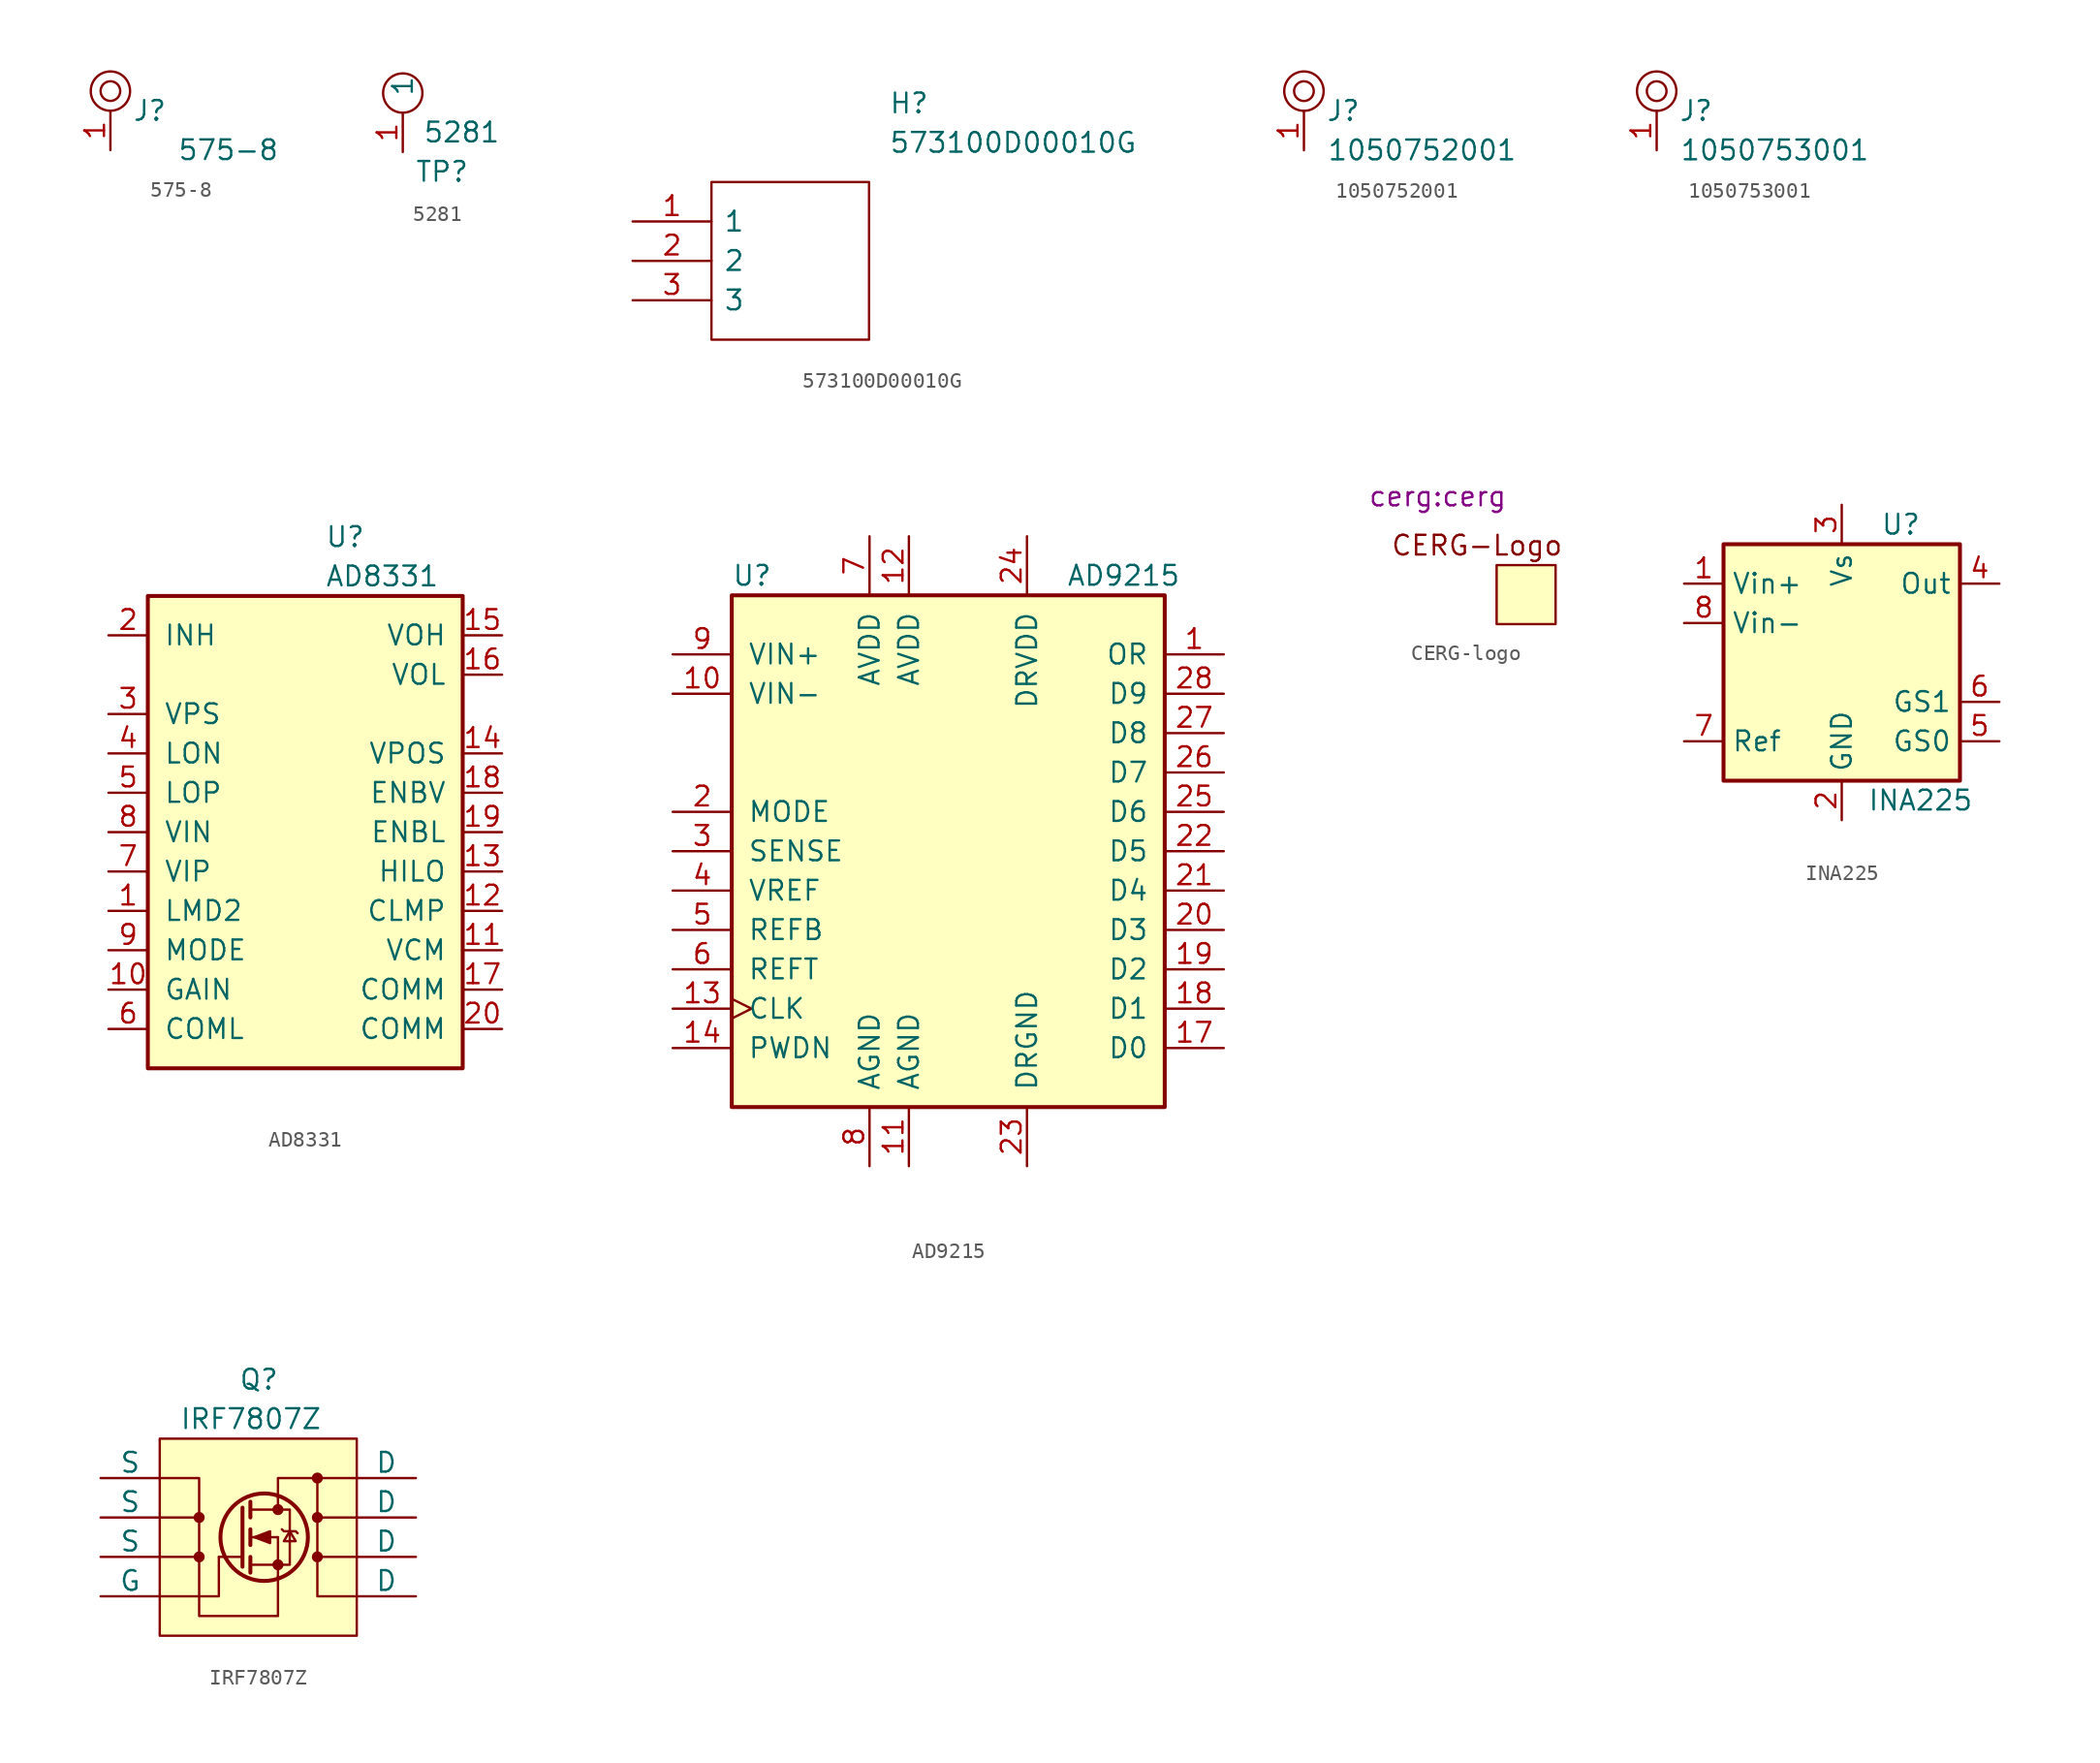
<source format=kicad_sym>
(kicad_symbol_lib
  (version 20211014)
  (generator kicad_symbol_editor)
  (symbol "575-8"
    (pin_names
      (offset 1.016))
    (property "Reference" "J"
      (at 2.54 -1.27 0)
      (effects (font (size 1.27 1.27))))
    (property "Value" "575-8"
      (at 7.62 -3.81 0)
      (effects (font (size 1.27 1.27))))
    (symbol "575-8_1_1"
      (circle (center 0 0) (radius 0.635) (stroke (width 0) (type default) (color 0 0 0 0)) (fill (type none)))
      (circle (center 0 0) (radius 1.27) (stroke (width 0) (type default) (color 0 0 0 0)) (fill (type none)))
      (pin passive line (at 0 -3.81 90) (length 2.54) (name "~" (effects (font (size 1.27 1.27)))) (number "1" (effects (font (size 1.27 1.27)))))))
  (symbol "5281"
    (pin_names
      (offset 1.016))
    (property "Reference" "TP"
      (at 2.54 -3.81 0)
      (effects (font (size 1.27 1.27))))
    (property "Value" "5281"
      (at 3.81 -1.27 0)
      (effects (font (size 1.27 1.27))))
    (symbol "5281_0_1"
      (circle (center 0 1.27) (radius 1.27) (stroke (width 0) (type default) (color 0 0 0 0)) (fill (type none))))
    (symbol "5281_1_1"
      (pin passive line (at 0 -2.54 90) (length 2.54) (name "1" (effects (font (size 1.27 1.27)))) (number "1" (effects (font (size 1.27 1.27)))))))
  (symbol "573100D00010G"
    (pin_names
      (offset 0.762))
    (property "Reference" "H"
      (at 16.51 7.62 0)
      (effects (font (size 1.27 1.27)) (justify left)))
    (property "Value" "573100D00010G"
      (at 16.51 5.08 0)
      (effects (font (size 1.27 1.27)) (justify left)))
    (symbol "573100D00010G_0_0"
      (pin unspecified line (at 0 0 0) (length 5.08) (name "1" (effects (font (size 1.27 1.27)))) (number "1" (effects (font (size 1.27 1.27)))))
      (pin unspecified line (at 0 -2.54 0) (length 5.08) (name "2" (effects (font (size 1.27 1.27)))) (number "2" (effects (font (size 1.27 1.27)))))
      (pin unspecified line (at 0 -5.08 0) (length 5.08) (name "3" (effects (font (size 1.27 1.27)))) (number "3" (effects (font (size 1.27 1.27))))))
    (symbol "573100D00010G_0_1"
      (polyline (pts (xy 5.08 2.54) (xy 15.24 2.54) (xy 15.24 -7.62) (xy 5.08 -7.62) (xy 5.08 2.54)) (stroke (width 0.152) (type default) (color 0 0 0 0)) (fill (type none)))))
  (symbol "1050752001"
    (pin_names
      (offset 1.016))
    (property "Reference" "J"
      (at 2.54 -1.27 0)
      (effects (font (size 1.27 1.27))))
    (property "Value" "1050752001"
      (at 7.62 -3.81 0)
      (effects (font (size 1.27 1.27))))
    (symbol "1050752001_1_1"
      (circle (center 0 0) (radius 0.635) (stroke (width 0) (type default) (color 0 0 0 0)) (fill (type none)))
      (circle (center 0 0) (radius 1.27) (stroke (width 0) (type default) (color 0 0 0 0)) (fill (type none)))
      (pin passive line (at 0 -3.81 90) (length 2.54) (name "~" (effects (font (size 1.27 1.27)))) (number "1" (effects (font (size 1.27 1.27)))))))
  (symbol "1050753001"
    (pin_names
      (offset 1.016))
    (property "Reference" "J"
      (at 2.54 -1.27 0)
      (effects (font (size 1.27 1.27))))
    (property "Value" "1050753001"
      (at 7.62 -3.81 0)
      (effects (font (size 1.27 1.27))))
    (symbol "1050753001_1_1"
      (circle (center 0 0) (radius 0.635) (stroke (width 0) (type default) (color 0 0 0 0)) (fill (type none)))
      (circle (center 0 0) (radius 1.27) (stroke (width 0) (type default) (color 0 0 0 0)) (fill (type none)))
      (pin passive line (at 0 -3.81 90) (length 2.54) (name "~" (effects (font (size 1.27 1.27)))) (number "1" (effects (font (size 1.27 1.27)))))))
  (symbol "AD8331"
    (pin_names
      (offset 1.016))
    (property "Reference" "U"
      (at 1.27 19.05 0)
      (effects (font (size 1.27 1.27)) (justify left)))
    (property "Value" "AD8331"
      (at 1.27 16.51 0)
      (effects (font (size 1.27 1.27)) (justify left)))
    (symbol "AD8331_1_1"
      (rectangle (start -10.16 15.24) (end 10.16 -15.24) (stroke (width 0.254) (type default) (color 0 0 0 0)) (fill (type background)))
      (pin input line (at -12.7 -5.08 0) (length 2.54) (name "LMD2" (effects (font (size 1.27 1.27)))) (number "1" (effects (font (size 1.27 1.27)))))
      (pin input line (at -12.7 -10.16 0) (length 2.54) (name "GAIN" (effects (font (size 1.27 1.27)))) (number "10" (effects (font (size 1.27 1.27)))))
      (pin output line (at 12.7 -7.62 180) (length 2.54) (name "VCM" (effects (font (size 1.27 1.27)))) (number "11" (effects (font (size 1.27 1.27)))))
      (pin input line (at 12.7 -5.08 180) (length 2.54) (name "CLMP" (effects (font (size 1.27 1.27)))) (number "12" (effects (font (size 1.27 1.27)))))
      (pin input line (at 12.7 -2.54 180) (length 2.54) (name "HILO" (effects (font (size 1.27 1.27)))) (number "13" (effects (font (size 1.27 1.27)))))
      (pin power_in line (at 12.7 5.08 180) (length 2.54) (name "VPOS" (effects (font (size 1.27 1.27)))) (number "14" (effects (font (size 1.27 1.27)))))
      (pin output line (at 12.7 12.7 180) (length 2.54) (name "VOH" (effects (font (size 1.27 1.27)))) (number "15" (effects (font (size 1.27 1.27)))))
      (pin output line (at 12.7 10.16 180) (length 2.54) (name "VOL" (effects (font (size 1.27 1.27)))) (number "16" (effects (font (size 1.27 1.27)))))
      (pin power_in line (at 12.7 -10.16 180) (length 2.54) (name "COMM" (effects (font (size 1.27 1.27)))) (number "17" (effects (font (size 1.27 1.27)))))
      (pin input line (at 12.7 2.54 180) (length 2.54) (name "ENBV" (effects (font (size 1.27 1.27)))) (number "18" (effects (font (size 1.27 1.27)))))
      (pin input line (at 12.7 0 180) (length 2.54) (name "ENBL" (effects (font (size 1.27 1.27)))) (number "19" (effects (font (size 1.27 1.27)))))
      (pin input line (at -12.7 12.7 0) (length 2.54) (name "INH" (effects (font (size 1.27 1.27)))) (number "2" (effects (font (size 1.27 1.27)))))
      (pin power_in line (at 12.7 -12.7 180) (length 2.54) (name "COMM" (effects (font (size 1.27 1.27)))) (number "20" (effects (font (size 1.27 1.27)))))
      (pin power_in line (at -12.7 7.62 0) (length 2.54) (name "VPS" (effects (font (size 1.27 1.27)))) (number "3" (effects (font (size 1.27 1.27)))))
      (pin input line (at -12.7 5.08 0) (length 2.54) (name "LON" (effects (font (size 1.27 1.27)))) (number "4" (effects (font (size 1.27 1.27)))))
      (pin input line (at -12.7 2.54 0) (length 2.54) (name "LOP" (effects (font (size 1.27 1.27)))) (number "5" (effects (font (size 1.27 1.27)))))
      (pin power_in line (at -12.7 -12.7 0) (length 2.54) (name "COML" (effects (font (size 1.27 1.27)))) (number "6" (effects (font (size 1.27 1.27)))))
      (pin input line (at -12.7 -2.54 0) (length 2.54) (name "VIP" (effects (font (size 1.27 1.27)))) (number "7" (effects (font (size 1.27 1.27)))))
      (pin input line (at -12.7 0 0) (length 2.54) (name "VIN" (effects (font (size 1.27 1.27)))) (number "8" (effects (font (size 1.27 1.27)))))
      (pin input line (at -12.7 -7.62 0) (length 2.54) (name "MODE" (effects (font (size 1.27 1.27)))) (number "9" (effects (font (size 1.27 1.27)))))))
  (symbol "AD9215"
    (pin_names
      (offset 1.016))
    (property "Reference" "U"
      (at -13.97 17.78 0)
      (effects (font (size 1.27 1.27)) (justify left)))
    (property "Value" "AD9215"
      (at 7.62 17.78 0)
      (effects (font (size 1.27 1.27)) (justify left)))
    (symbol "AD9215_0_1"
      (rectangle (start -13.97 16.51) (end 13.97 -16.51) (stroke (width 0.254) (type default) (color 0 0 0 0)) (fill (type background))))
    (symbol "AD9215_1_1"
      (pin output line (at 17.78 12.7 180) (length 3.81) (name "OR" (effects (font (size 1.27 1.27)))) (number "1" (effects (font (size 1.27 1.27)))))
      (pin input line (at -17.78 10.16 0) (length 3.81) (name "VIN-" (effects (font (size 1.27 1.27)))) (number "10" (effects (font (size 1.27 1.27)))))
      (pin output line (at -2.54 -20.32 90) (length 3.81) (name "AGND" (effects (font (size 1.27 1.27)))) (number "11" (effects (font (size 1.27 1.27)))))
      (pin power_in line (at -2.54 20.32 270) (length 3.81) (name "AVDD" (effects (font (size 1.27 1.27)))) (number "12" (effects (font (size 1.27 1.27)))))
      (pin input clock (at -17.78 -10.16 0) (length 3.81) (name "CLK" (effects (font (size 1.27 1.27)))) (number "13" (effects (font (size 1.27 1.27)))))
      (pin input line (at -17.78 -12.7 0) (length 3.81) (name "PWDN" (effects (font (size 1.27 1.27)))) (number "14" (effects (font (size 1.27 1.27)))))
      (pin output line (at 17.78 -12.7 180) (length 3.81) (name "D0" (effects (font (size 1.27 1.27)))) (number "17" (effects (font (size 1.27 1.27)))))
      (pin output line (at 17.78 -10.16 180) (length 3.81) (name "D1" (effects (font (size 1.27 1.27)))) (number "18" (effects (font (size 1.27 1.27)))))
      (pin output line (at 17.78 -7.62 180) (length 3.81) (name "D2" (effects (font (size 1.27 1.27)))) (number "19" (effects (font (size 1.27 1.27)))))
      (pin input line (at -17.78 2.54 0) (length 3.81) (name "MODE" (effects (font (size 1.27 1.27)))) (number "2" (effects (font (size 1.27 1.27)))))
      (pin output line (at 17.78 -5.08 180) (length 3.81) (name "D3" (effects (font (size 1.27 1.27)))) (number "20" (effects (font (size 1.27 1.27)))))
      (pin output line (at 17.78 -2.54 180) (length 3.81) (name "D4" (effects (font (size 1.27 1.27)))) (number "21" (effects (font (size 1.27 1.27)))))
      (pin output line (at 17.78 0 180) (length 3.81) (name "D5" (effects (font (size 1.27 1.27)))) (number "22" (effects (font (size 1.27 1.27)))))
      (pin power_in line (at 5.08 -20.32 90) (length 3.81) (name "DRGND" (effects (font (size 1.27 1.27)))) (number "23" (effects (font (size 1.27 1.27)))))
      (pin power_in line (at 5.08 20.32 270) (length 3.81) (name "DRVDD" (effects (font (size 1.27 1.27)))) (number "24" (effects (font (size 1.27 1.27)))))
      (pin output line (at 17.78 2.54 180) (length 3.81) (name "D6" (effects (font (size 1.27 1.27)))) (number "25" (effects (font (size 1.27 1.27)))))
      (pin output line (at 17.78 5.08 180) (length 3.81) (name "D7" (effects (font (size 1.27 1.27)))) (number "26" (effects (font (size 1.27 1.27)))))
      (pin output line (at 17.78 7.62 180) (length 3.81) (name "D8" (effects (font (size 1.27 1.27)))) (number "27" (effects (font (size 1.27 1.27)))))
      (pin output line (at 17.78 10.16 180) (length 3.81) (name "D9" (effects (font (size 1.27 1.27)))) (number "28" (effects (font (size 1.27 1.27)))))
      (pin input line (at -17.78 0 0) (length 3.81) (name "SENSE" (effects (font (size 1.27 1.27)))) (number "3" (effects (font (size 1.27 1.27)))))
      (pin input line (at -17.78 -2.54 0) (length 3.81) (name "VREF" (effects (font (size 1.27 1.27)))) (number "4" (effects (font (size 1.27 1.27)))))
      (pin input line (at -17.78 -5.08 0) (length 3.81) (name "REFB" (effects (font (size 1.27 1.27)))) (number "5" (effects (font (size 1.27 1.27)))))
      (pin input line (at -17.78 -7.62 0) (length 3.81) (name "REFT" (effects (font (size 1.27 1.27)))) (number "6" (effects (font (size 1.27 1.27)))))
      (pin power_in line (at -5.08 20.32 270) (length 3.81) (name "AVDD" (effects (font (size 1.27 1.27)))) (number "7" (effects (font (size 1.27 1.27)))))
      (pin power_in line (at -5.08 -20.32 90) (length 3.81) (name "AGND" (effects (font (size 1.27 1.27)))) (number "8" (effects (font (size 1.27 1.27)))))
      (pin input line (at -17.78 12.7 0) (length 3.81) (name "VIN+" (effects (font (size 1.27 1.27)))) (number "9" (effects (font (size 1.27 1.27)))))))
  (symbol "CERG-logo"
    (pin_names
      (offset 1.016) hide)
    (property "Reference" "#LOGO"
      (at 0 6.985 0)
      (effects (font (size 1.27 1.27)) hide))
    (property "Footprint" "cerg:cerg"
      (at -2.54 4.445 0)
      (effects (font (size 1.27 1.27))))
    (symbol "CERG-logo_0_0"
      (text "CERG-Logo" (at 0 1.27 0) (effects (font (size 1.27 1.27)))))
    (symbol "CERG-logo_0_1"
      (rectangle (start 1.27 0) (end 5.08 -3.81) (stroke (width 0) (type default) (color 0 0 0 0)) (fill (type background))))
    (symbol "CERG-logo_1_1"
      (pin input line (at -1.27 -2.54 0) (length 2.54) hide (name "dummy" (effects (font (size 1.27 1.27)))) (number "1" (effects (font (size 1.27 1.27)))))))
  (symbol "INA225"
    (property "Reference" "U"
      (at 3.81 8.89 0)
      (effects (font (size 1.27 1.27))))
    (property "Value" "INA225"
      (at 5.08 -8.89 0)
      (effects (font (size 1.27 1.27))))
    (symbol "INA225_0_1"
      (rectangle (start 7.62 7.62) (end -7.62 -7.62) (stroke (width 0.254) (type default) (color 0 0 0 0)) (fill (type background))))
    (symbol "INA225_1_1"
      (pin input line (at -10.16 5.08 0) (length 2.54) (name "Vin+" (effects (font (size 1.27 1.27)))) (number "1" (effects (font (size 1.27 1.27)))))
      (pin power_in line (at 0 -10.16 90) (length 2.54) (name "GND" (effects (font (size 1.27 1.27)))) (number "2" (effects (font (size 1.27 1.27)))))
      (pin power_in line (at 0 10.16 270) (length 2.54) (name "Vs" (effects (font (size 1.27 1.27)))) (number "3" (effects (font (size 1.27 1.27)))))
      (pin passive line (at 10.16 5.08 180) (length 2.54) (name "Out" (effects (font (size 1.27 1.27)))) (number "4" (effects (font (size 1.27 1.27)))))
      (pin input line (at 10.16 -5.08 180) (length 2.54) (name "GS0" (effects (font (size 1.27 1.27)))) (number "5" (effects (font (size 1.27 1.27)))))
      (pin input line (at 10.16 -2.54 180) (length 2.54) (name "GS1" (effects (font (size 1.27 1.27)))) (number "6" (effects (font (size 1.27 1.27)))))
      (pin input line (at -10.16 -5.08 0) (length 2.54) (name "Ref" (effects (font (size 1.27 1.27)))) (number "7" (effects (font (size 1.27 1.27)))))
      (pin input line (at -10.16 2.54 0) (length 2.54) (name "Vin-" (effects (font (size 1.27 1.27)))) (number "8" (effects (font (size 1.27 1.27)))))))
  (symbol "IRF7807Z"
    (pin_numbers hide)
    (pin_names
      (offset 0))
    (property "Reference" "Q"
      (at -1.27 10.16 0)
      (effects (font (size 1.27 1.27)) (justify left)))
    (property "Value" "IRF7807Z"
      (at -5.08 7.62 0)
      (effects (font (size 1.27 1.27)) (justify left)))
    (symbol "IRF7807Z_0_1"
      (rectangle (start -6.35 6.35) (end 6.35 -6.35) (stroke (width 0) (type default) (color 0 0 0 0)) (fill (type background)))
      (polyline (pts (xy -6.35 -1.27) (xy -3.81 -1.27)) (stroke (width 0) (type default) (color 0 0 0 0)) (fill (type none)))
      (polyline (pts (xy -6.35 1.27) (xy -3.81 1.27)) (stroke (width 0) (type default) (color 0 0 0 0)) (fill (type none)))
      (polyline (pts (xy -2.54 -1.27) (xy -1.016 -1.27)) (stroke (width 0) (type default) (color 0 0 0 0)) (fill (type none)))
      (polyline (pts (xy -0.508 -1.778) (xy 1.27 -1.778)) (stroke (width 0) (type default) (color 0 0 0 0)) (fill (type none)))
      (polyline (pts (xy -0.508 -1.27) (xy -0.508 -2.286)) (stroke (width 0.254) (type default) (color 0 0 0 0)) (fill (type none)))
      (polyline (pts (xy -0.508 0) (xy 1.27 0)) (stroke (width 0) (type default) (color 0 0 0 0)) (fill (type none)))
      (polyline (pts (xy -0.508 0.508) (xy -0.508 -0.508)) (stroke (width 0.254) (type default) (color 0 0 0 0)) (fill (type none)))
      (polyline (pts (xy -0.508 1.778) (xy 1.27 1.778)) (stroke (width 0) (type default) (color 0 0 0 0)) (fill (type none)))
      (polyline (pts (xy -0.508 2.286) (xy -0.508 1.27)) (stroke (width 0.254) (type default) (color 0 0 0 0)) (fill (type none)))
      (polyline (pts (xy 1.27 -1.778) (xy 1.27 -2.54)) (stroke (width 0) (type default) (color 0 0 0 0)) (fill (type none)))
      (polyline (pts (xy 1.27 -1.778) (xy 1.27 0)) (stroke (width 0) (type default) (color 0 0 0 0)) (fill (type none)))
      (polyline (pts (xy 1.27 2.54) (xy 1.27 1.778)) (stroke (width 0) (type default) (color 0 0 0 0)) (fill (type none)))
      (polyline (pts (xy 6.35 -1.27) (xy 3.81 -1.27)) (stroke (width 0) (type default) (color 0 0 0 0)) (fill (type none)))
      (polyline (pts (xy 6.35 1.27) (xy 3.81 1.27)) (stroke (width 0) (type default) (color 0 0 0 0)) (fill (type none)))
      (polyline (pts (xy -2.54 -1.27) (xy -2.54 -3.81) (xy -6.35 -3.81)) (stroke (width 0) (type default) (color 0 0 0 0)) (fill (type none)))
      (polyline (pts (xy -1.016 1.905) (xy -1.016 -1.905) (xy -1.016 -1.905)) (stroke (width 0.254) (type default) (color 0 0 0 0)) (fill (type none)))
      (polyline (pts (xy 6.35 -3.81) (xy 3.81 -3.81) (xy 3.81 3.81)) (stroke (width 0) (type default) (color 0 0 0 0)) (fill (type none)))
      (polyline (pts (xy 6.35 3.81) (xy 1.27 3.81) (xy 1.27 2.54)) (stroke (width 0) (type default) (color 0 0 0 0)) (fill (type none)))
      (polyline (pts (xy -0.254 0) (xy 0.762 0.381) (xy 0.762 -0.381) (xy -0.254 0)) (stroke (width 0) (type default) (color 0 0 0 0)) (fill (type outline)))
      (polyline (pts (xy 1.27 -1.778) (xy 2.032 -1.778) (xy 2.032 1.778) (xy 1.27 1.778)) (stroke (width 0) (type default) (color 0 0 0 0)) (fill (type none)))
      (polyline (pts (xy 1.524 0.508) (xy 1.651 0.381) (xy 2.413 0.381) (xy 2.54 0.254)) (stroke (width 0) (type default) (color 0 0 0 0)) (fill (type none)))
      (polyline (pts (xy 2.032 0.381) (xy 1.651 -0.254) (xy 2.413 -0.254) (xy 2.032 0.381)) (stroke (width 0) (type default) (color 0 0 0 0)) (fill (type none)))
      (polyline (pts (xy 1.27 -2.54) (xy 1.27 -5.08) (xy -3.81 -5.08) (xy -3.81 3.81) (xy -6.35 3.81)) (stroke (width 0) (type default) (color 0 0 0 0)) (fill (type none)))
      (circle (center 0.381 0) (radius 2.819) (stroke (width 0.254) (type default) (color 0 0 0 0)) (fill (type none)))
      (circle (center 1.27 -1.778) (radius 0.279) (stroke (width 0) (type default) (color 0 0 0 0)) (fill (type outline)))
      (circle (center 1.27 1.778) (radius 0.279) (stroke (width 0) (type default) (color 0 0 0 0)) (fill (type outline)))
      (circle (center 3.81 -1.27) (radius 0.279) (stroke (width 0) (type default) (color 0 0 0 0)) (fill (type outline))))
    (symbol "IRF7807Z_1_1"
      (circle (center -3.81 -1.27) (radius 0.279) (stroke (width 0) (type default) (color 0 0 0 0)) (fill (type outline)))
      (circle (center -3.81 1.27) (radius 0.279) (stroke (width 0) (type default) (color 0 0 0 0)) (fill (type outline)))
      (circle (center 3.81 1.27) (radius 0.279) (stroke (width 0) (type default) (color 0 0 0 0)) (fill (type outline)))
      (circle (center 3.81 3.81) (radius 0.279) (stroke (width 0) (type default) (color 0 0 0 0)) (fill (type outline)))
      (pin power_out line (at -10.16 3.81 0) (length 3.81) (name "S" (effects (font (size 1.27 1.27)))) (number "1" (effects (font (size 1.27 1.27)))))
      (pin power_out line (at -10.16 1.27 0) (length 3.81) (name "S" (effects (font (size 1.27 1.27)))) (number "2" (effects (font (size 1.27 1.27)))))
      (pin power_out line (at -10.16 -1.27 0) (length 3.81) (name "S" (effects (font (size 1.27 1.27)))) (number "3" (effects (font (size 1.27 1.27)))))
      (pin input line (at -10.16 -3.81 0) (length 3.81) (name "G" (effects (font (size 1.27 1.27)))) (number "4" (effects (font (size 1.27 1.27)))))
      (pin power_in line (at 10.16 -3.81 180) (length 3.81) (name "D" (effects (font (size 1.27 1.27)))) (number "5" (effects (font (size 1.27 1.27)))))
      (pin power_in line (at 10.16 -1.27 180) (length 3.81) (name "D" (effects (font (size 1.27 1.27)))) (number "6" (effects (font (size 1.27 1.27)))))
      (pin power_in line (at 10.16 1.27 180) (length 3.81) (name "D" (effects (font (size 1.27 1.27)))) (number "7" (effects (font (size 1.27 1.27)))))
      (pin power_in line (at 10.16 3.81 180) (length 3.81) (name "D" (effects (font (size 1.27 1.27)))) (number "8" (effects (font (size 1.27 1.27))))))))
</source>
